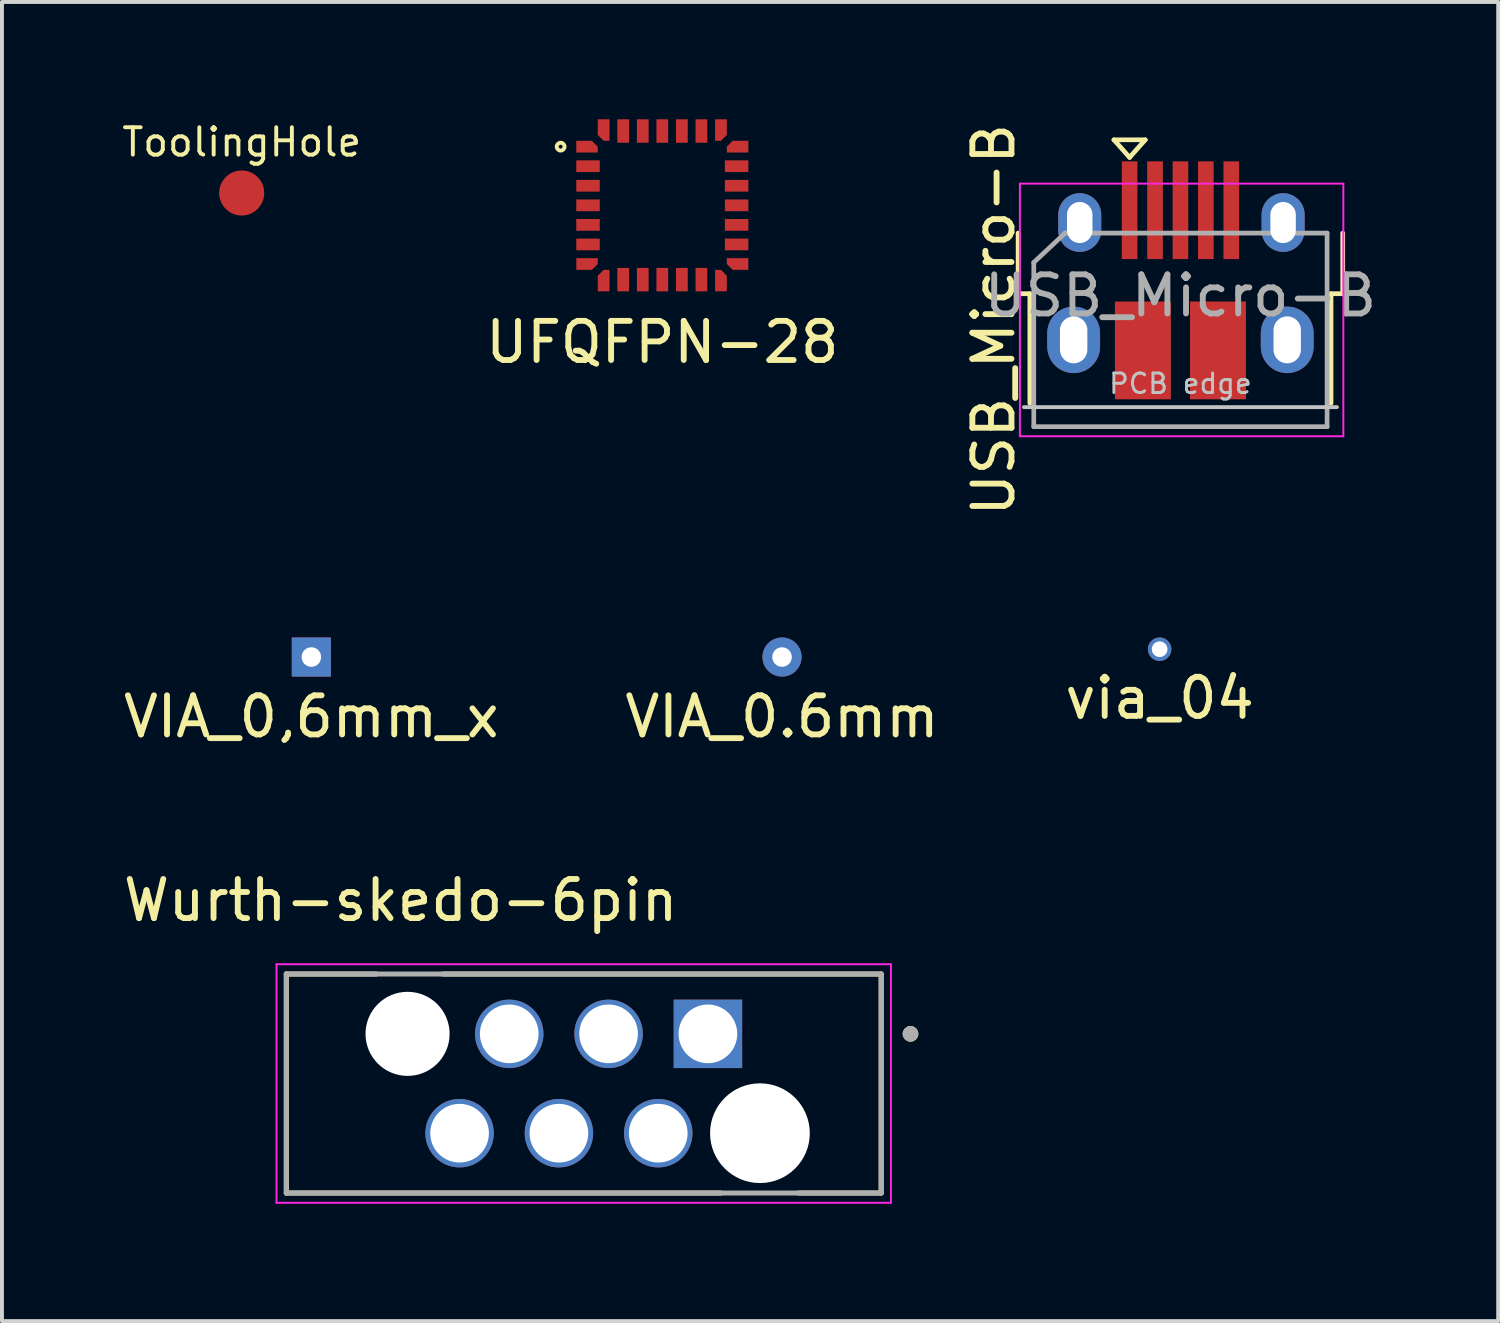
<source format=kicad_pcb>
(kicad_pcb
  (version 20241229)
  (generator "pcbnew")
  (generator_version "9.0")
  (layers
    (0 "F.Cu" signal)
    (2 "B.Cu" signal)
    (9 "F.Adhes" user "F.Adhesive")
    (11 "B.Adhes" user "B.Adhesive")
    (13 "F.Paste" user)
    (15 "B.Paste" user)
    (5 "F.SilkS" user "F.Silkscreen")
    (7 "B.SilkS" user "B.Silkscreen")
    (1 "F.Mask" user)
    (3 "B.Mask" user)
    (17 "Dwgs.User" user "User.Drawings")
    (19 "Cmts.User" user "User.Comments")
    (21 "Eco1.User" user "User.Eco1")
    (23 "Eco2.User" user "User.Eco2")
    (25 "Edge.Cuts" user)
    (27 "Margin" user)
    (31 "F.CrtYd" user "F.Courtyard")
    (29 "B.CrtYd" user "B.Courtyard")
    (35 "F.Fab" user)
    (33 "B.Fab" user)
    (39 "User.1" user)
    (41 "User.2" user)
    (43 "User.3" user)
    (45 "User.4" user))
  (footprint "VIA_0,6mm_x"
    (layer "F.Cu")
    (at 4.911 13.75)
    (property "Reference" "VIA_0,6mm_x" (at 0 1.524 0) (layer "F.SilkS") (effects (font (size 1 1) (thickness 0.15))))
    (attr through_hole)
    (pad "1" thru_hole rect (at 0 0) (size 1 1) (drill 0.5) (layers "*.Cu")))
  (footprint "Wurth-skedo-6pin"
    (layer "F.Cu")
    (at 11.876 24.655)
    (property "Reference" "Wurth-skedo-6pin" (at -4.68 -4.685 0) (layer "F.SilkS") (effects (font (size 1 1) (thickness 0.15))))
    (attr through_hole)
    (fp_line (start -7.605 -2.8) (end -5.3 -2.8) (stroke (width 0.127) (type solid)) (layer "F.SilkS"))
    (fp_line (start -7.605 2.8) (end -7.605 -2.8) (stroke (width 0.127) (type solid)) (layer "F.SilkS"))
    (fp_line (start -3.6 -2.8) (end 7.605 -2.8) (stroke (width 0.127) (type solid)) (layer "F.SilkS"))
    (fp_line (start 3.5 2.8) (end -7.605 2.8) (stroke (width 0.127) (type solid)) (layer "F.SilkS"))
    (fp_line (start 7.605 -2.8) (end 7.605 2.8) (stroke (width 0.127) (type solid)) (layer "F.SilkS"))
    (fp_line (start 7.605 2.8) (end 5.5 2.8) (stroke (width 0.127) (type solid)) (layer "F.SilkS"))
    (fp_circle (center 8.355 -1.27) (end 8.455 -1.27) (stroke (width 0.2) (type solid)) (fill no) (layer "F.SilkS"))
    (fp_line (start -7.855 -3.05) (end -7.855 3.05) (stroke (width 0.05) (type solid)) (layer "F.CrtYd"))
    (fp_line (start -7.855 3.05) (end 7.855 3.05) (stroke (width 0.05) (type solid)) (layer "F.CrtYd"))
    (fp_line (start 7.855 -3.05) (end -7.855 -3.05) (stroke (width 0.05) (type solid)) (layer "F.CrtYd"))
    (fp_line (start 7.855 3.05) (end 7.855 -3.05) (stroke (width 0.05) (type solid)) (layer "F.CrtYd"))
    (fp_line (start -7.605 -2.8) (end 7.605 -2.8) (stroke (width 0.127) (type solid)) (layer "F.Fab"))
    (fp_line (start -7.605 2.8) (end -7.605 -2.8) (stroke (width 0.127) (type solid)) (layer "F.Fab"))
    (fp_line (start 7.605 -2.8) (end 7.605 2.8) (stroke (width 0.127) (type solid)) (layer "F.Fab"))
    (fp_line (start 7.605 2.8) (end -7.605 2.8) (stroke (width 0.127) (type solid)) (layer "F.Fab"))
    (fp_circle (center 8.355 -1.27) (end 8.455 -1.27) (stroke (width 0.2) (type solid)) (fill no) (layer "F.Fab"))
    (pad "" np_thru_hole circle (at -4.505 -1.27) (size 2.15 2.15) (drill 2.15) (layers "*.Cu" "*.Mask"))
    (pad "" np_thru_hole circle (at 4.505 1.27) (size 2.55 2.55) (drill 2.55) (layers "*.Cu" "*.Mask"))
    (pad "1" thru_hole rect (at 3.175 -1.27) (size 1.75 1.75) (drill 1.5) (layers "*.Cu" "*.Mask"))
    (pad "2" thru_hole circle (at 1.905 1.27) (size 1.75 1.75) (drill 1.5) (layers "*.Cu" "*.Mask"))
    (pad "3" thru_hole circle (at 0.635 -1.27) (size 1.75 1.75) (drill 1.5) (layers "*.Cu" "*.Mask"))
    (pad "4" thru_hole circle (at -0.635 1.27) (size 1.75 1.75) (drill 1.5) (layers "*.Cu" "*.Mask"))
    (pad "5" thru_hole circle (at -1.905 -1.27) (size 1.75 1.75) (drill 1.5) (layers "*.Cu" "*.Mask"))
    (pad "6" thru_hole circle (at -3.175 1.27) (size 1.75 1.75) (drill 1.5) (layers "*.Cu" "*.Mask")))
  (footprint "USB_Micro-B"
    (layer "F.Cu")
    (at 27.158 4.525)
    (property "Reference" "USB_Micro-B" (at -4.8 0.6 90) (layer "F.SilkS") (effects (font (size 1 1) (thickness 0.15))))
    (attr smd)
    (fp_line (start -4.175 -0.065) (end -4.175 -1.615) (stroke (width 0.12) (type solid)) (layer "F.SilkS"))
    (fp_line (start -4.175 -0.065) (end -3.875 -0.065) (stroke (width 0.12) (type solid)) (layer "F.SilkS"))
    (fp_line (start -3.875 2.735) (end -3.875 -0.065) (stroke (width 0.12) (type solid)) (layer "F.SilkS"))
    (fp_line (start -1.725 -4) (end -0.925 -4) (stroke (width 0.12) (type solid)) (layer "F.SilkS"))
    (fp_line (start -1.325 -3.55) (end -1.725 -4) (stroke (width 0.12) (type solid)) (layer "F.SilkS"))
    (fp_line (start -0.925 -4) (end -1.325 -3.55) (stroke (width 0.12) (type solid)) (layer "F.SilkS"))
    (fp_line (start 3.825 -0.065) (end 4.125 -0.065) (stroke (width 0.12) (type solid)) (layer "F.SilkS"))
    (fp_line (start 3.825 2.735) (end 3.825 -0.065) (stroke (width 0.12) (type solid)) (layer "F.SilkS"))
    (fp_line (start 4.125 -0.065) (end 4.125 -1.615) (stroke (width 0.12) (type solid)) (layer "F.SilkS"))
    (fp_line (start -4.025 2.835) (end 3.975 2.835) (stroke (width 0.1) (type solid)) (layer "Dwgs.User"))
    (fp_line (start -4.13 -2.88) (end -4.13 3.58) (stroke (width 0.05) (type solid)) (layer "F.CrtYd"))
    (fp_line (start -4.13 -2.88) (end 4.14 -2.88) (stroke (width 0.05) (type solid)) (layer "F.CrtYd"))
    (fp_line (start 4.14 3.58) (end -4.13 3.58) (stroke (width 0.05) (type solid)) (layer "F.CrtYd"))
    (fp_line (start 4.14 3.58) (end 4.14 -2.88) (stroke (width 0.05) (type solid)) (layer "F.CrtYd"))
    (fp_line (start -3.775 -0.865) (end -2.975 -1.615) (stroke (width 0.12) (type solid)) (layer "F.Fab"))
    (fp_line (start -3.775 3.335) (end -3.775 -0.865) (stroke (width 0.12) (type solid)) (layer "F.Fab"))
    (fp_line (start -2.975 -1.615) (end 3.725 -1.615) (stroke (width 0.12) (type solid)) (layer "F.Fab"))
    (fp_line (start 3.725 -1.615) (end 3.725 3.335) (stroke (width 0.12) (type solid)) (layer "F.Fab"))
    (fp_line (start 3.725 3.335) (end -3.775 3.335) (stroke (width 0.12) (type solid)) (layer "F.Fab"))
    (fp_text user "PCB edge" (at -0.025 2.235 0) (layer "Dwgs.User") (effects (font (size 0.5 0.5) (thickness 0.075))))
    (fp_text user "${REFERENCE}" (at -0.025 -0.015 0) (layer "F.Fab") (effects (font (size 1 1) (thickness 0.15))))
    (pad "1" smd rect (at -1.325 -2.2 90) (size 2.5 0.4) (layers "F.Cu" "F.Mask" "F.Paste"))
    (pad "2" smd rect (at -0.675 -2.2 90) (size 2.5 0.4) (layers "F.Cu" "F.Mask" "F.Paste"))
    (pad "3" smd rect (at -0.025 -2.2 90) (size 2.5 0.4) (layers "F.Cu" "F.Mask" "F.Paste"))
    (pad "4" smd rect (at 0.625 -2.2 90) (size 2.5 0.4) (layers "F.Cu" "F.Mask" "F.Paste"))
    (pad "5" smd rect (at 1.275 -2.2 90) (size 2.5 0.4) (layers "F.Cu" "F.Mask" "F.Paste"))
    (pad "6" thru_hole oval (at -2.755 1.115 90) (size 1.7 1.35) (drill oval 1.2 0.7) (layers "*.Cu" "*.Mask"))
    (pad "6" thru_hole oval (at -2.6 -1.885 90) (size 1.5 1.1) (drill oval 1.05 0.65) (layers "*.Cu" "*.Mask"))
    (pad "6" smd rect (at -0.985 1.385 90) (size 2.5 1.43) (layers "F.Cu" "F.Mask" "F.Paste"))
    (pad "6" smd rect (at 0.935 1.385 90) (size 2.5 1.43) (layers "F.Cu" "F.Mask" "F.Paste"))
    (pad "6" thru_hole oval (at 2.6 -1.885 90) (size 1.5 1.1) (drill oval 1.05 0.65) (layers "*.Cu" "*.Mask"))
    (pad "6" thru_hole oval (at 2.705 1.115 90) (size 1.7 1.35) (drill oval 1.2 0.7) (layers "*.Cu" "*.Mask")))
  (footprint "via_04"
    (layer "F.Cu")
    (at 26.601 13.55)
    (property "Reference" "via_04" (at 0 1.25 0) (layer "F.SilkS") (effects (font (size 1 1) (thickness 0.15))))
    (attr through_hole)
    (pad "1" thru_hole circle (at 0 0) (size 0.6 0.6) (drill 0.4) (layers "*.Cu")))
  (footprint "VIA_0.6mm"
    (layer "F.Cu")
    (at 16.946 13.75)
    (property "Reference" "VIA_0.6mm" (at 0 1.524 0) (layer "F.SilkS") (effects (font (size 1 1) (thickness 0.15))))
    (attr through_hole)
    (pad "1" thru_hole circle (at 0 0) (size 1 1) (drill 0.5) (layers "*.Cu")))
  (footprint "ToolingHole"
    (layer "F.Cu")
    (at 3.13 1.885)
    (property "Reference" "ToolingHole" (at 0 -1.3 0) (layer "F.SilkS") (effects (font (size 0.7 0.7) (thickness 0.1))))
    (attr smd)
    (pad "" smd circle (at 0 0) (size 1.152 1.152) (layers "F.Cu" "F.Mask")))
  (footprint "UFQFPN-28"
    (layer "F.Cu")
    (at 13.885 2.2)
    (property "Reference" "UFQFPN-28" (at 0 3.5 0) (layer "F.SilkS") (effects (font (size 1 1) (thickness 0.15))))
    (attr through_hole)
    (fp_circle (center -2.6 -1.5) (end -2.5 -1.5) (stroke (width 0.1) (type solid)) (fill no) (layer "F.SilkS"))
    (pad "1" smd custom (at -2.05 -1.5) (size 0.3 0.3) (layers "F.Cu" "F.Mask" "F.Paste") (options (anchor rect)) (primitives (gr_poly (pts (xy 0.15 0.15) (xy 0.15 -0.15) (xy 0.25 -0.15) (xy 0.4 0) (xy 0.4 0.15)) (width 0) (fill yes))))
    (pad "2" smd rect (at -1.9 -1) (size 0.6 0.3) (layers "F.Cu" "F.Mask" "F.Paste"))
    (pad "3" smd rect (at -1.9 -0.5) (size 0.6 0.3) (layers "F.Cu" "F.Mask" "F.Paste"))
    (pad "4" smd rect (at -1.9 0) (size 0.6 0.3) (layers "F.Cu" "F.Mask" "F.Paste"))
    (pad "5" smd rect (at -1.9 0.5) (size 0.6 0.3) (layers "F.Cu" "F.Mask" "F.Paste"))
    (pad "6" smd rect (at -1.9 1) (size 0.6 0.3) (layers "F.Cu" "F.Mask" "F.Paste"))
    (pad "7" smd custom (at -2.05 1.5 180) (size 0.3 0.3) (layers "F.Cu" "F.Mask" "F.Paste") (options (anchor rect)) (primitives (gr_poly (pts (xy -0.15 0.15) (xy -0.15 -0.15) (xy -0.25 -0.15) (xy -0.4 0) (xy -0.4 0.15)) (width 0) (fill yes))))
    (pad "8" smd custom (at -1.5 2.05 90) (size 0.3 0.3) (layers "F.Cu" "F.Mask" "F.Paste") (options (anchor rect)) (primitives (gr_poly (pts (xy 0.15 0.15) (xy 0.15 -0.15) (xy 0.25 -0.15) (xy 0.4 0) (xy 0.4 0.15)) (width 0) (fill yes))))
    (pad "9" smd rect (at -1 1.9 90) (size 0.6 0.3) (layers "F.Cu" "F.Mask" "F.Paste"))
    (pad "10" smd rect (at -0.5 1.9 90) (size 0.6 0.3) (layers "F.Cu" "F.Mask" "F.Paste"))
    (pad "11" smd rect (at 0 1.9 90) (size 0.6 0.3) (layers "F.Cu" "F.Mask" "F.Paste"))
    (pad "12" smd rect (at 0.5 1.9 90) (size 0.6 0.3) (layers "F.Cu" "F.Mask" "F.Paste"))
    (pad "13" smd rect (at 1 1.9 90) (size 0.6 0.3) (layers "F.Cu" "F.Mask" "F.Paste"))
    (pad "14" smd custom (at 1.5 2.05 270) (size 0.3 0.3) (layers "F.Cu" "F.Mask" "F.Paste") (options (anchor rect)) (primitives (gr_poly (pts (xy -0.15 0.15) (xy -0.15 -0.15) (xy -0.25 -0.15) (xy -0.4 0) (xy -0.4 0.15)) (width 0) (fill yes))))
    (pad "15" smd custom (at 2.05 1.5 180) (size 0.3 0.3) (layers "F.Cu" "F.Mask" "F.Paste") (options (anchor rect)) (primitives (gr_poly (pts (xy 0.15 0.15) (xy 0.15 -0.15) (xy 0.25 -0.15) (xy 0.4 0) (xy 0.4 0.15)) (width 0) (fill yes))))
    (pad "16" smd rect (at 1.9 1 180) (size 0.6 0.3) (layers "F.Cu" "F.Mask" "F.Paste"))
    (pad "17" smd rect (at 1.9 0.5 180) (size 0.6 0.3) (layers "F.Cu" "F.Mask" "F.Paste"))
    (pad "18" smd rect (at 1.9 0 180) (size 0.6 0.3) (layers "F.Cu" "F.Mask" "F.Paste"))
    (pad "19" smd rect (at 1.9 -0.5 180) (size 0.6 0.3) (layers "F.Cu" "F.Mask" "F.Paste"))
    (pad "20" smd rect (at 1.9 -1 180) (size 0.6 0.3) (layers "F.Cu" "F.Mask" "F.Paste"))
    (pad "21" smd custom (at 2.05 -1.5) (size 0.3 0.3) (layers "F.Cu" "F.Mask" "F.Paste") (options (anchor rect)) (primitives (gr_poly (pts (xy -0.15 0.15) (xy -0.15 -0.15) (xy -0.25 -0.15) (xy -0.4 0) (xy -0.4 0.15)) (width 0) (fill yes))))
    (pad "22" smd custom (at 1.5 -2.05 270) (size 0.3 0.3) (layers "F.Cu" "F.Mask" "F.Paste") (options (anchor rect)) (primitives (gr_poly (pts (xy 0.15 0.15) (xy 0.15 -0.15) (xy 0.25 -0.15) (xy 0.4 0) (xy 0.4 0.15)) (width 0) (fill yes))))
    (pad "23" smd rect (at 1 -1.9 270) (size 0.6 0.3) (layers "F.Cu" "F.Mask" "F.Paste"))
    (pad "24" smd rect (at 0.5 -1.9 270) (size 0.6 0.3) (layers "F.Cu" "F.Mask" "F.Paste"))
    (pad "25" smd rect (at 0 -1.9 270) (size 0.6 0.3) (layers "F.Cu" "F.Mask" "F.Paste"))
    (pad "26" smd rect (at -0.5 -1.9 270) (size 0.6 0.3) (layers "F.Cu" "F.Mask" "F.Paste"))
    (pad "27" smd rect (at -1 -1.9 270) (size 0.6 0.3) (layers "F.Cu" "F.Mask" "F.Paste"))
    (pad "28" smd custom (at -1.5 -2.05 90) (size 0.3 0.3) (layers "F.Cu" "F.Mask" "F.Paste") (options (anchor rect)) (primitives (gr_poly (pts (xy -0.15 0.15) (xy -0.15 -0.15) (xy -0.25 -0.15) (xy -0.4 0) (xy -0.4 0.15)) (width 0) (fill yes)))))
  (gr_rect
    (start -3 -3)
    (end 35.258 30.73)
    (stroke (width 0.1) (type default))
    (fill no)
    (layer "Edge.Cuts")))
</source>
